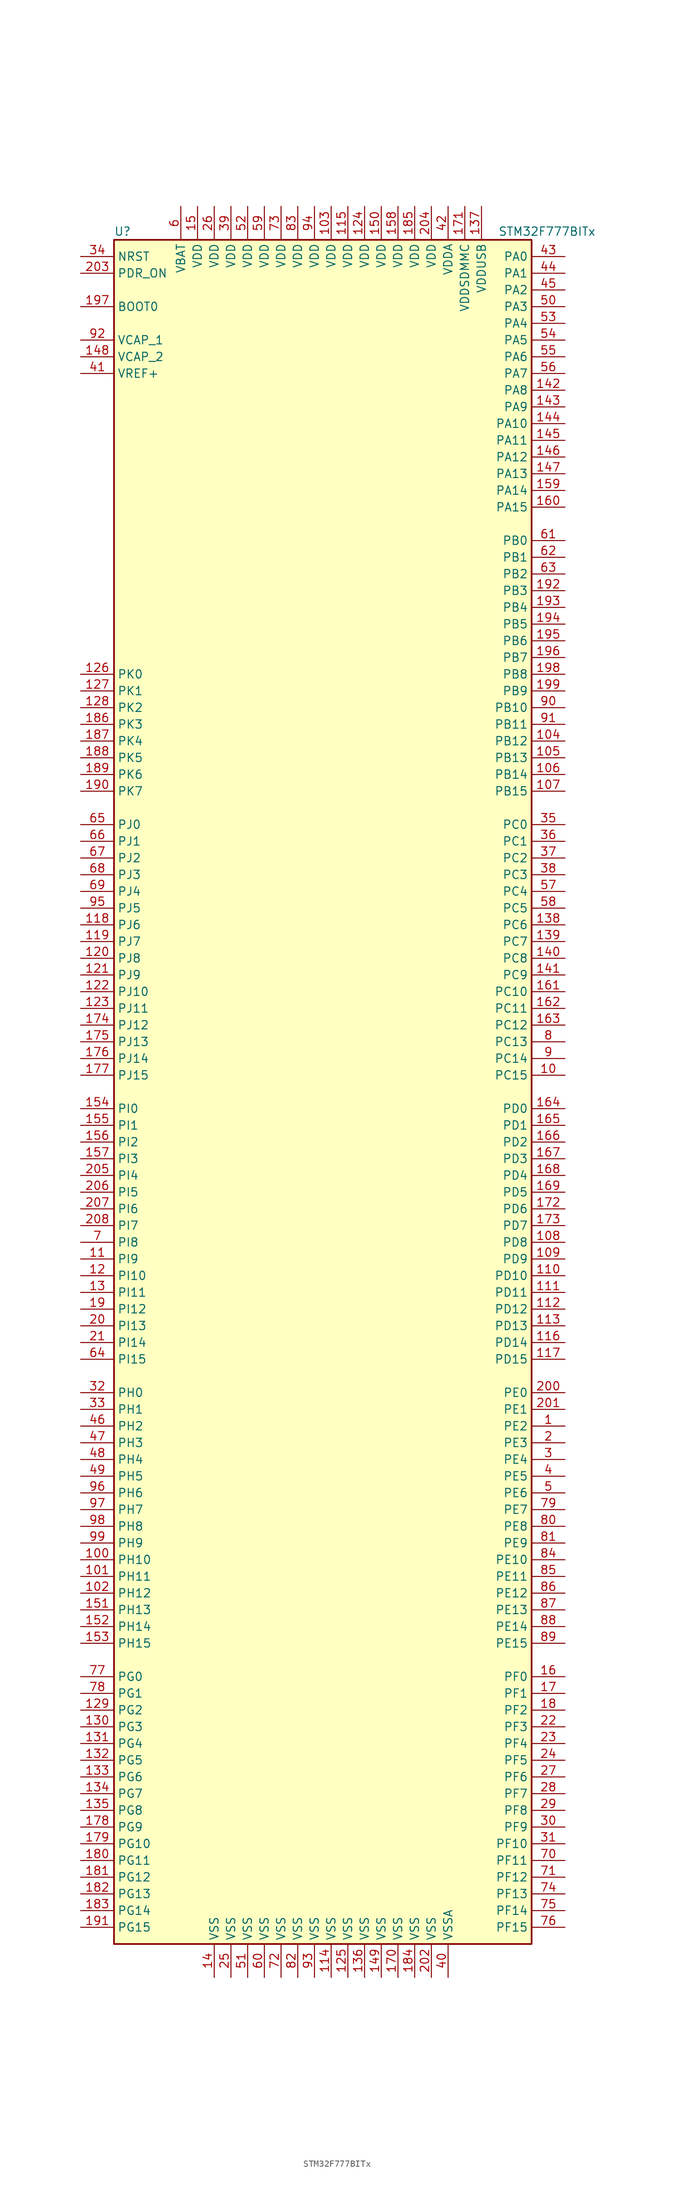
<source format=kicad_sym>
(kicad_symbol_lib
  (version 20201005)
  (generator kicad_symbol_editor)
  (symbol "STM32F777BITx"
    (property "Reference" "U"
      (at -33.02 130.81 0)
      (effects (font (size 1.27 1.27)) (justify left)))
    (property "Value" "STM32F777BITx"
      (at 25.4 130.81 0)
      (effects (font (size 1.27 1.27)) (justify left)))
    (symbol "STM32F777BITx_0_1"
      (rectangle (start -33.02 -129.54) (end 30.48 129.54) (stroke (width 0.254)) (fill (type background))))
    (symbol "STM32F777BITx_1_1"
      (pin bidirectional line (at 35.56 -50.8 180) (length 5.08) (name "PE2" (effects (font (size 1.27 1.27)))) (number "1" (effects (font (size 1.27 1.27)))))
      (pin bidirectional line (at 35.56 2.54 180) (length 5.08) (name "PC15" (effects (font (size 1.27 1.27)))) (number "10" (effects (font (size 1.27 1.27)))))
      (pin bidirectional line (at -38.1 -71.12 0) (length 5.08) (name "PH10" (effects (font (size 1.27 1.27)))) (number "100" (effects (font (size 1.27 1.27)))))
      (pin bidirectional line (at -38.1 -73.66 0) (length 5.08) (name "PH11" (effects (font (size 1.27 1.27)))) (number "101" (effects (font (size 1.27 1.27)))))
      (pin bidirectional line (at -38.1 -76.2 0) (length 5.08) (name "PH12" (effects (font (size 1.27 1.27)))) (number "102" (effects (font (size 1.27 1.27)))))
      (pin power_in line (at 0 134.62 270) (length 5.08) (name "VDD" (effects (font (size 1.27 1.27)))) (number "103" (effects (font (size 1.27 1.27)))))
      (pin bidirectional line (at 35.56 53.34 180) (length 5.08) (name "PB12" (effects (font (size 1.27 1.27)))) (number "104" (effects (font (size 1.27 1.27)))))
      (pin bidirectional line (at 35.56 50.8 180) (length 5.08) (name "PB13" (effects (font (size 1.27 1.27)))) (number "105" (effects (font (size 1.27 1.27)))))
      (pin bidirectional line (at 35.56 48.26 180) (length 5.08) (name "PB14" (effects (font (size 1.27 1.27)))) (number "106" (effects (font (size 1.27 1.27)))))
      (pin bidirectional line (at 35.56 45.72 180) (length 5.08) (name "PB15" (effects (font (size 1.27 1.27)))) (number "107" (effects (font (size 1.27 1.27)))))
      (pin bidirectional line (at 35.56 -22.86 180) (length 5.08) (name "PD8" (effects (font (size 1.27 1.27)))) (number "108" (effects (font (size 1.27 1.27)))))
      (pin bidirectional line (at 35.56 -25.4 180) (length 5.08) (name "PD9" (effects (font (size 1.27 1.27)))) (number "109" (effects (font (size 1.27 1.27)))))
      (pin bidirectional line (at -38.1 -25.4 0) (length 5.08) (name "PI9" (effects (font (size 1.27 1.27)))) (number "11" (effects (font (size 1.27 1.27)))))
      (pin bidirectional line (at 35.56 -27.94 180) (length 5.08) (name "PD10" (effects (font (size 1.27 1.27)))) (number "110" (effects (font (size 1.27 1.27)))))
      (pin bidirectional line (at 35.56 -30.48 180) (length 5.08) (name "PD11" (effects (font (size 1.27 1.27)))) (number "111" (effects (font (size 1.27 1.27)))))
      (pin bidirectional line (at 35.56 -33.02 180) (length 5.08) (name "PD12" (effects (font (size 1.27 1.27)))) (number "112" (effects (font (size 1.27 1.27)))))
      (pin bidirectional line (at 35.56 -35.56 180) (length 5.08) (name "PD13" (effects (font (size 1.27 1.27)))) (number "113" (effects (font (size 1.27 1.27)))))
      (pin power_in line (at 0 -134.62 90) (length 5.08) (name "VSS" (effects (font (size 1.27 1.27)))) (number "114" (effects (font (size 1.27 1.27)))))
      (pin power_in line (at 2.54 134.62 270) (length 5.08) (name "VDD" (effects (font (size 1.27 1.27)))) (number "115" (effects (font (size 1.27 1.27)))))
      (pin bidirectional line (at 35.56 -38.1 180) (length 5.08) (name "PD14" (effects (font (size 1.27 1.27)))) (number "116" (effects (font (size 1.27 1.27)))))
      (pin bidirectional line (at 35.56 -40.64 180) (length 5.08) (name "PD15" (effects (font (size 1.27 1.27)))) (number "117" (effects (font (size 1.27 1.27)))))
      (pin bidirectional line (at -38.1 25.4 0) (length 5.08) (name "PJ6" (effects (font (size 1.27 1.27)))) (number "118" (effects (font (size 1.27 1.27)))))
      (pin bidirectional line (at -38.1 22.86 0) (length 5.08) (name "PJ7" (effects (font (size 1.27 1.27)))) (number "119" (effects (font (size 1.27 1.27)))))
      (pin bidirectional line (at -38.1 -27.94 0) (length 5.08) (name "PI10" (effects (font (size 1.27 1.27)))) (number "12" (effects (font (size 1.27 1.27)))))
      (pin bidirectional line (at -38.1 20.32 0) (length 5.08) (name "PJ8" (effects (font (size 1.27 1.27)))) (number "120" (effects (font (size 1.27 1.27)))))
      (pin bidirectional line (at -38.1 17.78 0) (length 5.08) (name "PJ9" (effects (font (size 1.27 1.27)))) (number "121" (effects (font (size 1.27 1.27)))))
      (pin bidirectional line (at -38.1 15.24 0) (length 5.08) (name "PJ10" (effects (font (size 1.27 1.27)))) (number "122" (effects (font (size 1.27 1.27)))))
      (pin bidirectional line (at -38.1 12.7 0) (length 5.08) (name "PJ11" (effects (font (size 1.27 1.27)))) (number "123" (effects (font (size 1.27 1.27)))))
      (pin power_in line (at 5.08 134.62 270) (length 5.08) (name "VDD" (effects (font (size 1.27 1.27)))) (number "124" (effects (font (size 1.27 1.27)))))
      (pin power_in line (at 2.54 -134.62 90) (length 5.08) (name "VSS" (effects (font (size 1.27 1.27)))) (number "125" (effects (font (size 1.27 1.27)))))
      (pin bidirectional line (at -38.1 63.5 0) (length 5.08) (name "PK0" (effects (font (size 1.27 1.27)))) (number "126" (effects (font (size 1.27 1.27)))))
      (pin bidirectional line (at -38.1 60.96 0) (length 5.08) (name "PK1" (effects (font (size 1.27 1.27)))) (number "127" (effects (font (size 1.27 1.27)))))
      (pin bidirectional line (at -38.1 58.42 0) (length 5.08) (name "PK2" (effects (font (size 1.27 1.27)))) (number "128" (effects (font (size 1.27 1.27)))))
      (pin bidirectional line (at -38.1 -93.98 0) (length 5.08) (name "PG2" (effects (font (size 1.27 1.27)))) (number "129" (effects (font (size 1.27 1.27)))))
      (pin bidirectional line (at -38.1 -30.48 0) (length 5.08) (name "PI11" (effects (font (size 1.27 1.27)))) (number "13" (effects (font (size 1.27 1.27)))))
      (pin bidirectional line (at -38.1 -96.52 0) (length 5.08) (name "PG3" (effects (font (size 1.27 1.27)))) (number "130" (effects (font (size 1.27 1.27)))))
      (pin bidirectional line (at -38.1 -99.06 0) (length 5.08) (name "PG4" (effects (font (size 1.27 1.27)))) (number "131" (effects (font (size 1.27 1.27)))))
      (pin bidirectional line (at -38.1 -101.6 0) (length 5.08) (name "PG5" (effects (font (size 1.27 1.27)))) (number "132" (effects (font (size 1.27 1.27)))))
      (pin bidirectional line (at -38.1 -104.14 0) (length 5.08) (name "PG6" (effects (font (size 1.27 1.27)))) (number "133" (effects (font (size 1.27 1.27)))))
      (pin bidirectional line (at -38.1 -106.68 0) (length 5.08) (name "PG7" (effects (font (size 1.27 1.27)))) (number "134" (effects (font (size 1.27 1.27)))))
      (pin bidirectional line (at -38.1 -109.22 0) (length 5.08) (name "PG8" (effects (font (size 1.27 1.27)))) (number "135" (effects (font (size 1.27 1.27)))))
      (pin power_in line (at 5.08 -134.62 90) (length 5.08) (name "VSS" (effects (font (size 1.27 1.27)))) (number "136" (effects (font (size 1.27 1.27)))))
      (pin power_in line (at 22.86 134.62 270) (length 5.08) (name "VDDUSB" (effects (font (size 1.27 1.27)))) (number "137" (effects (font (size 1.27 1.27)))))
      (pin bidirectional line (at 35.56 25.4 180) (length 5.08) (name "PC6" (effects (font (size 1.27 1.27)))) (number "138" (effects (font (size 1.27 1.27)))))
      (pin bidirectional line (at 35.56 22.86 180) (length 5.08) (name "PC7" (effects (font (size 1.27 1.27)))) (number "139" (effects (font (size 1.27 1.27)))))
      (pin power_in line (at -17.78 -134.62 90) (length 5.08) (name "VSS" (effects (font (size 1.27 1.27)))) (number "14" (effects (font (size 1.27 1.27)))))
      (pin bidirectional line (at 35.56 20.32 180) (length 5.08) (name "PC8" (effects (font (size 1.27 1.27)))) (number "140" (effects (font (size 1.27 1.27)))))
      (pin bidirectional line (at 35.56 17.78 180) (length 5.08) (name "PC9" (effects (font (size 1.27 1.27)))) (number "141" (effects (font (size 1.27 1.27)))))
      (pin bidirectional line (at 35.56 106.68 180) (length 5.08) (name "PA8" (effects (font (size 1.27 1.27)))) (number "142" (effects (font (size 1.27 1.27)))))
      (pin bidirectional line (at 35.56 104.14 180) (length 5.08) (name "PA9" (effects (font (size 1.27 1.27)))) (number "143" (effects (font (size 1.27 1.27)))))
      (pin bidirectional line (at 35.56 101.6 180) (length 5.08) (name "PA10" (effects (font (size 1.27 1.27)))) (number "144" (effects (font (size 1.27 1.27)))))
      (pin bidirectional line (at 35.56 99.06 180) (length 5.08) (name "PA11" (effects (font (size 1.27 1.27)))) (number "145" (effects (font (size 1.27 1.27)))))
      (pin bidirectional line (at 35.56 96.52 180) (length 5.08) (name "PA12" (effects (font (size 1.27 1.27)))) (number "146" (effects (font (size 1.27 1.27)))))
      (pin bidirectional line (at 35.56 93.98 180) (length 5.08) (name "PA13" (effects (font (size 1.27 1.27)))) (number "147" (effects (font (size 1.27 1.27)))))
      (pin power_in line (at -38.1 111.76 0) (length 5.08) (name "VCAP_2" (effects (font (size 1.27 1.27)))) (number "148" (effects (font (size 1.27 1.27)))))
      (pin power_in line (at 7.62 -134.62 90) (length 5.08) (name "VSS" (effects (font (size 1.27 1.27)))) (number "149" (effects (font (size 1.27 1.27)))))
      (pin power_in line (at -20.32 134.62 270) (length 5.08) (name "VDD" (effects (font (size 1.27 1.27)))) (number "15" (effects (font (size 1.27 1.27)))))
      (pin power_in line (at 7.62 134.62 270) (length 5.08) (name "VDD" (effects (font (size 1.27 1.27)))) (number "150" (effects (font (size 1.27 1.27)))))
      (pin bidirectional line (at -38.1 -78.74 0) (length 5.08) (name "PH13" (effects (font (size 1.27 1.27)))) (number "151" (effects (font (size 1.27 1.27)))))
      (pin bidirectional line (at -38.1 -81.28 0) (length 5.08) (name "PH14" (effects (font (size 1.27 1.27)))) (number "152" (effects (font (size 1.27 1.27)))))
      (pin bidirectional line (at -38.1 -83.82 0) (length 5.08) (name "PH15" (effects (font (size 1.27 1.27)))) (number "153" (effects (font (size 1.27 1.27)))))
      (pin bidirectional line (at -38.1 -2.54 0) (length 5.08) (name "PI0" (effects (font (size 1.27 1.27)))) (number "154" (effects (font (size 1.27 1.27)))))
      (pin bidirectional line (at -38.1 -5.08 0) (length 5.08) (name "PI1" (effects (font (size 1.27 1.27)))) (number "155" (effects (font (size 1.27 1.27)))))
      (pin bidirectional line (at -38.1 -7.62 0) (length 5.08) (name "PI2" (effects (font (size 1.27 1.27)))) (number "156" (effects (font (size 1.27 1.27)))))
      (pin bidirectional line (at -38.1 -10.16 0) (length 5.08) (name "PI3" (effects (font (size 1.27 1.27)))) (number "157" (effects (font (size 1.27 1.27)))))
      (pin power_in line (at 10.16 134.62 270) (length 5.08) (name "VDD" (effects (font (size 1.27 1.27)))) (number "158" (effects (font (size 1.27 1.27)))))
      (pin bidirectional line (at 35.56 91.44 180) (length 5.08) (name "PA14" (effects (font (size 1.27 1.27)))) (number "159" (effects (font (size 1.27 1.27)))))
      (pin bidirectional line (at 35.56 -88.9 180) (length 5.08) (name "PF0" (effects (font (size 1.27 1.27)))) (number "16" (effects (font (size 1.27 1.27)))))
      (pin bidirectional line (at 35.56 88.9 180) (length 5.08) (name "PA15" (effects (font (size 1.27 1.27)))) (number "160" (effects (font (size 1.27 1.27)))))
      (pin bidirectional line (at 35.56 15.24 180) (length 5.08) (name "PC10" (effects (font (size 1.27 1.27)))) (number "161" (effects (font (size 1.27 1.27)))))
      (pin bidirectional line (at 35.56 12.7 180) (length 5.08) (name "PC11" (effects (font (size 1.27 1.27)))) (number "162" (effects (font (size 1.27 1.27)))))
      (pin bidirectional line (at 35.56 10.16 180) (length 5.08) (name "PC12" (effects (font (size 1.27 1.27)))) (number "163" (effects (font (size 1.27 1.27)))))
      (pin bidirectional line (at 35.56 -2.54 180) (length 5.08) (name "PD0" (effects (font (size 1.27 1.27)))) (number "164" (effects (font (size 1.27 1.27)))))
      (pin bidirectional line (at 35.56 -5.08 180) (length 5.08) (name "PD1" (effects (font (size 1.27 1.27)))) (number "165" (effects (font (size 1.27 1.27)))))
      (pin bidirectional line (at 35.56 -7.62 180) (length 5.08) (name "PD2" (effects (font (size 1.27 1.27)))) (number "166" (effects (font (size 1.27 1.27)))))
      (pin bidirectional line (at 35.56 -10.16 180) (length 5.08) (name "PD3" (effects (font (size 1.27 1.27)))) (number "167" (effects (font (size 1.27 1.27)))))
      (pin bidirectional line (at 35.56 -12.7 180) (length 5.08) (name "PD4" (effects (font (size 1.27 1.27)))) (number "168" (effects (font (size 1.27 1.27)))))
      (pin bidirectional line (at 35.56 -15.24 180) (length 5.08) (name "PD5" (effects (font (size 1.27 1.27)))) (number "169" (effects (font (size 1.27 1.27)))))
      (pin bidirectional line (at 35.56 -91.44 180) (length 5.08) (name "PF1" (effects (font (size 1.27 1.27)))) (number "17" (effects (font (size 1.27 1.27)))))
      (pin power_in line (at 10.16 -134.62 90) (length 5.08) (name "VSS" (effects (font (size 1.27 1.27)))) (number "170" (effects (font (size 1.27 1.27)))))
      (pin power_in line (at 20.32 134.62 270) (length 5.08) (name "VDDSDMMC" (effects (font (size 1.27 1.27)))) (number "171" (effects (font (size 1.27 1.27)))))
      (pin bidirectional line (at 35.56 -17.78 180) (length 5.08) (name "PD6" (effects (font (size 1.27 1.27)))) (number "172" (effects (font (size 1.27 1.27)))))
      (pin bidirectional line (at 35.56 -20.32 180) (length 5.08) (name "PD7" (effects (font (size 1.27 1.27)))) (number "173" (effects (font (size 1.27 1.27)))))
      (pin bidirectional line (at -38.1 10.16 0) (length 5.08) (name "PJ12" (effects (font (size 1.27 1.27)))) (number "174" (effects (font (size 1.27 1.27)))))
      (pin bidirectional line (at -38.1 7.62 0) (length 5.08) (name "PJ13" (effects (font (size 1.27 1.27)))) (number "175" (effects (font (size 1.27 1.27)))))
      (pin bidirectional line (at -38.1 5.08 0) (length 5.08) (name "PJ14" (effects (font (size 1.27 1.27)))) (number "176" (effects (font (size 1.27 1.27)))))
      (pin bidirectional line (at -38.1 2.54 0) (length 5.08) (name "PJ15" (effects (font (size 1.27 1.27)))) (number "177" (effects (font (size 1.27 1.27)))))
      (pin bidirectional line (at -38.1 -111.76 0) (length 5.08) (name "PG9" (effects (font (size 1.27 1.27)))) (number "178" (effects (font (size 1.27 1.27)))))
      (pin bidirectional line (at -38.1 -114.3 0) (length 5.08) (name "PG10" (effects (font (size 1.27 1.27)))) (number "179" (effects (font (size 1.27 1.27)))))
      (pin bidirectional line (at 35.56 -93.98 180) (length 5.08) (name "PF2" (effects (font (size 1.27 1.27)))) (number "18" (effects (font (size 1.27 1.27)))))
      (pin bidirectional line (at -38.1 -116.84 0) (length 5.08) (name "PG11" (effects (font (size 1.27 1.27)))) (number "180" (effects (font (size 1.27 1.27)))))
      (pin bidirectional line (at -38.1 -119.38 0) (length 5.08) (name "PG12" (effects (font (size 1.27 1.27)))) (number "181" (effects (font (size 1.27 1.27)))))
      (pin bidirectional line (at -38.1 -121.92 0) (length 5.08) (name "PG13" (effects (font (size 1.27 1.27)))) (number "182" (effects (font (size 1.27 1.27)))))
      (pin bidirectional line (at -38.1 -124.46 0) (length 5.08) (name "PG14" (effects (font (size 1.27 1.27)))) (number "183" (effects (font (size 1.27 1.27)))))
      (pin power_in line (at 12.7 -134.62 90) (length 5.08) (name "VSS" (effects (font (size 1.27 1.27)))) (number "184" (effects (font (size 1.27 1.27)))))
      (pin power_in line (at 12.7 134.62 270) (length 5.08) (name "VDD" (effects (font (size 1.27 1.27)))) (number "185" (effects (font (size 1.27 1.27)))))
      (pin bidirectional line (at -38.1 55.88 0) (length 5.08) (name "PK3" (effects (font (size 1.27 1.27)))) (number "186" (effects (font (size 1.27 1.27)))))
      (pin bidirectional line (at -38.1 53.34 0) (length 5.08) (name "PK4" (effects (font (size 1.27 1.27)))) (number "187" (effects (font (size 1.27 1.27)))))
      (pin bidirectional line (at -38.1 50.8 0) (length 5.08) (name "PK5" (effects (font (size 1.27 1.27)))) (number "188" (effects (font (size 1.27 1.27)))))
      (pin bidirectional line (at -38.1 48.26 0) (length 5.08) (name "PK6" (effects (font (size 1.27 1.27)))) (number "189" (effects (font (size 1.27 1.27)))))
      (pin bidirectional line (at -38.1 -33.02 0) (length 5.08) (name "PI12" (effects (font (size 1.27 1.27)))) (number "19" (effects (font (size 1.27 1.27)))))
      (pin bidirectional line (at -38.1 45.72 0) (length 5.08) (name "PK7" (effects (font (size 1.27 1.27)))) (number "190" (effects (font (size 1.27 1.27)))))
      (pin bidirectional line (at -38.1 -127 0) (length 5.08) (name "PG15" (effects (font (size 1.27 1.27)))) (number "191" (effects (font (size 1.27 1.27)))))
      (pin bidirectional line (at 35.56 76.2 180) (length 5.08) (name "PB3" (effects (font (size 1.27 1.27)))) (number "192" (effects (font (size 1.27 1.27)))))
      (pin bidirectional line (at 35.56 73.66 180) (length 5.08) (name "PB4" (effects (font (size 1.27 1.27)))) (number "193" (effects (font (size 1.27 1.27)))))
      (pin bidirectional line (at 35.56 71.12 180) (length 5.08) (name "PB5" (effects (font (size 1.27 1.27)))) (number "194" (effects (font (size 1.27 1.27)))))
      (pin bidirectional line (at 35.56 68.58 180) (length 5.08) (name "PB6" (effects (font (size 1.27 1.27)))) (number "195" (effects (font (size 1.27 1.27)))))
      (pin bidirectional line (at 35.56 66.04 180) (length 5.08) (name "PB7" (effects (font (size 1.27 1.27)))) (number "196" (effects (font (size 1.27 1.27)))))
      (pin input line (at -38.1 119.38 0) (length 5.08) (name "BOOT0" (effects (font (size 1.27 1.27)))) (number "197" (effects (font (size 1.27 1.27)))))
      (pin bidirectional line (at 35.56 63.5 180) (length 5.08) (name "PB8" (effects (font (size 1.27 1.27)))) (number "198" (effects (font (size 1.27 1.27)))))
      (pin bidirectional line (at 35.56 60.96 180) (length 5.08) (name "PB9" (effects (font (size 1.27 1.27)))) (number "199" (effects (font (size 1.27 1.27)))))
      (pin bidirectional line (at 35.56 -53.34 180) (length 5.08) (name "PE3" (effects (font (size 1.27 1.27)))) (number "2" (effects (font (size 1.27 1.27)))))
      (pin bidirectional line (at -38.1 -35.56 0) (length 5.08) (name "PI13" (effects (font (size 1.27 1.27)))) (number "20" (effects (font (size 1.27 1.27)))))
      (pin bidirectional line (at 35.56 -45.72 180) (length 5.08) (name "PE0" (effects (font (size 1.27 1.27)))) (number "200" (effects (font (size 1.27 1.27)))))
      (pin bidirectional line (at 35.56 -48.26 180) (length 5.08) (name "PE1" (effects (font (size 1.27 1.27)))) (number "201" (effects (font (size 1.27 1.27)))))
      (pin power_in line (at 15.24 -134.62 90) (length 5.08) (name "VSS" (effects (font (size 1.27 1.27)))) (number "202" (effects (font (size 1.27 1.27)))))
      (pin input line (at -38.1 124.46 0) (length 5.08) (name "PDR_ON" (effects (font (size 1.27 1.27)))) (number "203" (effects (font (size 1.27 1.27)))))
      (pin power_in line (at 15.24 134.62 270) (length 5.08) (name "VDD" (effects (font (size 1.27 1.27)))) (number "204" (effects (font (size 1.27 1.27)))))
      (pin bidirectional line (at -38.1 -12.7 0) (length 5.08) (name "PI4" (effects (font (size 1.27 1.27)))) (number "205" (effects (font (size 1.27 1.27)))))
      (pin bidirectional line (at -38.1 -15.24 0) (length 5.08) (name "PI5" (effects (font (size 1.27 1.27)))) (number "206" (effects (font (size 1.27 1.27)))))
      (pin bidirectional line (at -38.1 -17.78 0) (length 5.08) (name "PI6" (effects (font (size 1.27 1.27)))) (number "207" (effects (font (size 1.27 1.27)))))
      (pin bidirectional line (at -38.1 -20.32 0) (length 5.08) (name "PI7" (effects (font (size 1.27 1.27)))) (number "208" (effects (font (size 1.27 1.27)))))
      (pin bidirectional line (at -38.1 -38.1 0) (length 5.08) (name "PI14" (effects (font (size 1.27 1.27)))) (number "21" (effects (font (size 1.27 1.27)))))
      (pin bidirectional line (at 35.56 -96.52 180) (length 5.08) (name "PF3" (effects (font (size 1.27 1.27)))) (number "22" (effects (font (size 1.27 1.27)))))
      (pin bidirectional line (at 35.56 -99.06 180) (length 5.08) (name "PF4" (effects (font (size 1.27 1.27)))) (number "23" (effects (font (size 1.27 1.27)))))
      (pin bidirectional line (at 35.56 -101.6 180) (length 5.08) (name "PF5" (effects (font (size 1.27 1.27)))) (number "24" (effects (font (size 1.27 1.27)))))
      (pin power_in line (at -15.24 -134.62 90) (length 5.08) (name "VSS" (effects (font (size 1.27 1.27)))) (number "25" (effects (font (size 1.27 1.27)))))
      (pin power_in line (at -17.78 134.62 270) (length 5.08) (name "VDD" (effects (font (size 1.27 1.27)))) (number "26" (effects (font (size 1.27 1.27)))))
      (pin bidirectional line (at 35.56 -104.14 180) (length 5.08) (name "PF6" (effects (font (size 1.27 1.27)))) (number "27" (effects (font (size 1.27 1.27)))))
      (pin bidirectional line (at 35.56 -106.68 180) (length 5.08) (name "PF7" (effects (font (size 1.27 1.27)))) (number "28" (effects (font (size 1.27 1.27)))))
      (pin bidirectional line (at 35.56 -109.22 180) (length 5.08) (name "PF8" (effects (font (size 1.27 1.27)))) (number "29" (effects (font (size 1.27 1.27)))))
      (pin bidirectional line (at 35.56 -55.88 180) (length 5.08) (name "PE4" (effects (font (size 1.27 1.27)))) (number "3" (effects (font (size 1.27 1.27)))))
      (pin bidirectional line (at 35.56 -111.76 180) (length 5.08) (name "PF9" (effects (font (size 1.27 1.27)))) (number "30" (effects (font (size 1.27 1.27)))))
      (pin bidirectional line (at 35.56 -114.3 180) (length 5.08) (name "PF10" (effects (font (size 1.27 1.27)))) (number "31" (effects (font (size 1.27 1.27)))))
      (pin input line (at -38.1 -45.72 0) (length 5.08) (name "PH0" (effects (font (size 1.27 1.27)))) (number "32" (effects (font (size 1.27 1.27)))))
      (pin input line (at -38.1 -48.26 0) (length 5.08) (name "PH1" (effects (font (size 1.27 1.27)))) (number "33" (effects (font (size 1.27 1.27)))))
      (pin input line (at -38.1 127 0) (length 5.08) (name "NRST" (effects (font (size 1.27 1.27)))) (number "34" (effects (font (size 1.27 1.27)))))
      (pin bidirectional line (at 35.56 40.64 180) (length 5.08) (name "PC0" (effects (font (size 1.27 1.27)))) (number "35" (effects (font (size 1.27 1.27)))))
      (pin bidirectional line (at 35.56 38.1 180) (length 5.08) (name "PC1" (effects (font (size 1.27 1.27)))) (number "36" (effects (font (size 1.27 1.27)))))
      (pin bidirectional line (at 35.56 35.56 180) (length 5.08) (name "PC2" (effects (font (size 1.27 1.27)))) (number "37" (effects (font (size 1.27 1.27)))))
      (pin bidirectional line (at 35.56 33.02 180) (length 5.08) (name "PC3" (effects (font (size 1.27 1.27)))) (number "38" (effects (font (size 1.27 1.27)))))
      (pin power_in line (at -15.24 134.62 270) (length 5.08) (name "VDD" (effects (font (size 1.27 1.27)))) (number "39" (effects (font (size 1.27 1.27)))))
      (pin bidirectional line (at 35.56 -58.42 180) (length 5.08) (name "PE5" (effects (font (size 1.27 1.27)))) (number "4" (effects (font (size 1.27 1.27)))))
      (pin power_in line (at 17.78 -134.62 90) (length 5.08) (name "VSSA" (effects (font (size 1.27 1.27)))) (number "40" (effects (font (size 1.27 1.27)))))
      (pin power_in line (at -38.1 109.22 0) (length 5.08) (name "VREF+" (effects (font (size 1.27 1.27)))) (number "41" (effects (font (size 1.27 1.27)))))
      (pin power_in line (at 17.78 134.62 270) (length 5.08) (name "VDDA" (effects (font (size 1.27 1.27)))) (number "42" (effects (font (size 1.27 1.27)))))
      (pin bidirectional line (at 35.56 127 180) (length 5.08) (name "PA0" (effects (font (size 1.27 1.27)))) (number "43" (effects (font (size 1.27 1.27)))))
      (pin bidirectional line (at 35.56 124.46 180) (length 5.08) (name "PA1" (effects (font (size 1.27 1.27)))) (number "44" (effects (font (size 1.27 1.27)))))
      (pin bidirectional line (at 35.56 121.92 180) (length 5.08) (name "PA2" (effects (font (size 1.27 1.27)))) (number "45" (effects (font (size 1.27 1.27)))))
      (pin bidirectional line (at -38.1 -50.8 0) (length 5.08) (name "PH2" (effects (font (size 1.27 1.27)))) (number "46" (effects (font (size 1.27 1.27)))))
      (pin bidirectional line (at -38.1 -53.34 0) (length 5.08) (name "PH3" (effects (font (size 1.27 1.27)))) (number "47" (effects (font (size 1.27 1.27)))))
      (pin bidirectional line (at -38.1 -55.88 0) (length 5.08) (name "PH4" (effects (font (size 1.27 1.27)))) (number "48" (effects (font (size 1.27 1.27)))))
      (pin bidirectional line (at -38.1 -58.42 0) (length 5.08) (name "PH5" (effects (font (size 1.27 1.27)))) (number "49" (effects (font (size 1.27 1.27)))))
      (pin bidirectional line (at 35.56 -60.96 180) (length 5.08) (name "PE6" (effects (font (size 1.27 1.27)))) (number "5" (effects (font (size 1.27 1.27)))))
      (pin bidirectional line (at 35.56 119.38 180) (length 5.08) (name "PA3" (effects (font (size 1.27 1.27)))) (number "50" (effects (font (size 1.27 1.27)))))
      (pin power_in line (at -12.7 -134.62 90) (length 5.08) (name "VSS" (effects (font (size 1.27 1.27)))) (number "51" (effects (font (size 1.27 1.27)))))
      (pin power_in line (at -12.7 134.62 270) (length 5.08) (name "VDD" (effects (font (size 1.27 1.27)))) (number "52" (effects (font (size 1.27 1.27)))))
      (pin bidirectional line (at 35.56 116.84 180) (length 5.08) (name "PA4" (effects (font (size 1.27 1.27)))) (number "53" (effects (font (size 1.27 1.27)))))
      (pin bidirectional line (at 35.56 114.3 180) (length 5.08) (name "PA5" (effects (font (size 1.27 1.27)))) (number "54" (effects (font (size 1.27 1.27)))))
      (pin bidirectional line (at 35.56 111.76 180) (length 5.08) (name "PA6" (effects (font (size 1.27 1.27)))) (number "55" (effects (font (size 1.27 1.27)))))
      (pin bidirectional line (at 35.56 109.22 180) (length 5.08) (name "PA7" (effects (font (size 1.27 1.27)))) (number "56" (effects (font (size 1.27 1.27)))))
      (pin bidirectional line (at 35.56 30.48 180) (length 5.08) (name "PC4" (effects (font (size 1.27 1.27)))) (number "57" (effects (font (size 1.27 1.27)))))
      (pin bidirectional line (at 35.56 27.94 180) (length 5.08) (name "PC5" (effects (font (size 1.27 1.27)))) (number "58" (effects (font (size 1.27 1.27)))))
      (pin power_in line (at -10.16 134.62 270) (length 5.08) (name "VDD" (effects (font (size 1.27 1.27)))) (number "59" (effects (font (size 1.27 1.27)))))
      (pin power_in line (at -22.86 134.62 270) (length 5.08) (name "VBAT" (effects (font (size 1.27 1.27)))) (number "6" (effects (font (size 1.27 1.27)))))
      (pin power_in line (at -10.16 -134.62 90) (length 5.08) (name "VSS" (effects (font (size 1.27 1.27)))) (number "60" (effects (font (size 1.27 1.27)))))
      (pin bidirectional line (at 35.56 83.82 180) (length 5.08) (name "PB0" (effects (font (size 1.27 1.27)))) (number "61" (effects (font (size 1.27 1.27)))))
      (pin bidirectional line (at 35.56 81.28 180) (length 5.08) (name "PB1" (effects (font (size 1.27 1.27)))) (number "62" (effects (font (size 1.27 1.27)))))
      (pin bidirectional line (at 35.56 78.74 180) (length 5.08) (name "PB2" (effects (font (size 1.27 1.27)))) (number "63" (effects (font (size 1.27 1.27)))))
      (pin bidirectional line (at -38.1 -40.64 0) (length 5.08) (name "PI15" (effects (font (size 1.27 1.27)))) (number "64" (effects (font (size 1.27 1.27)))))
      (pin bidirectional line (at -38.1 40.64 0) (length 5.08) (name "PJ0" (effects (font (size 1.27 1.27)))) (number "65" (effects (font (size 1.27 1.27)))))
      (pin bidirectional line (at -38.1 38.1 0) (length 5.08) (name "PJ1" (effects (font (size 1.27 1.27)))) (number "66" (effects (font (size 1.27 1.27)))))
      (pin bidirectional line (at -38.1 35.56 0) (length 5.08) (name "PJ2" (effects (font (size 1.27 1.27)))) (number "67" (effects (font (size 1.27 1.27)))))
      (pin bidirectional line (at -38.1 33.02 0) (length 5.08) (name "PJ3" (effects (font (size 1.27 1.27)))) (number "68" (effects (font (size 1.27 1.27)))))
      (pin bidirectional line (at -38.1 30.48 0) (length 5.08) (name "PJ4" (effects (font (size 1.27 1.27)))) (number "69" (effects (font (size 1.27 1.27)))))
      (pin bidirectional line (at -38.1 -22.86 0) (length 5.08) (name "PI8" (effects (font (size 1.27 1.27)))) (number "7" (effects (font (size 1.27 1.27)))))
      (pin bidirectional line (at 35.56 -116.84 180) (length 5.08) (name "PF11" (effects (font (size 1.27 1.27)))) (number "70" (effects (font (size 1.27 1.27)))))
      (pin bidirectional line (at 35.56 -119.38 180) (length 5.08) (name "PF12" (effects (font (size 1.27 1.27)))) (number "71" (effects (font (size 1.27 1.27)))))
      (pin power_in line (at -7.62 -134.62 90) (length 5.08) (name "VSS" (effects (font (size 1.27 1.27)))) (number "72" (effects (font (size 1.27 1.27)))))
      (pin power_in line (at -7.62 134.62 270) (length 5.08) (name "VDD" (effects (font (size 1.27 1.27)))) (number "73" (effects (font (size 1.27 1.27)))))
      (pin bidirectional line (at 35.56 -121.92 180) (length 5.08) (name "PF13" (effects (font (size 1.27 1.27)))) (number "74" (effects (font (size 1.27 1.27)))))
      (pin bidirectional line (at 35.56 -124.46 180) (length 5.08) (name "PF14" (effects (font (size 1.27 1.27)))) (number "75" (effects (font (size 1.27 1.27)))))
      (pin bidirectional line (at 35.56 -127 180) (length 5.08) (name "PF15" (effects (font (size 1.27 1.27)))) (number "76" (effects (font (size 1.27 1.27)))))
      (pin bidirectional line (at -38.1 -88.9 0) (length 5.08) (name "PG0" (effects (font (size 1.27 1.27)))) (number "77" (effects (font (size 1.27 1.27)))))
      (pin bidirectional line (at -38.1 -91.44 0) (length 5.08) (name "PG1" (effects (font (size 1.27 1.27)))) (number "78" (effects (font (size 1.27 1.27)))))
      (pin bidirectional line (at 35.56 -63.5 180) (length 5.08) (name "PE7" (effects (font (size 1.27 1.27)))) (number "79" (effects (font (size 1.27 1.27)))))
      (pin bidirectional line (at 35.56 7.62 180) (length 5.08) (name "PC13" (effects (font (size 1.27 1.27)))) (number "8" (effects (font (size 1.27 1.27)))))
      (pin bidirectional line (at 35.56 -66.04 180) (length 5.08) (name "PE8" (effects (font (size 1.27 1.27)))) (number "80" (effects (font (size 1.27 1.27)))))
      (pin bidirectional line (at 35.56 -68.58 180) (length 5.08) (name "PE9" (effects (font (size 1.27 1.27)))) (number "81" (effects (font (size 1.27 1.27)))))
      (pin power_in line (at -5.08 -134.62 90) (length 5.08) (name "VSS" (effects (font (size 1.27 1.27)))) (number "82" (effects (font (size 1.27 1.27)))))
      (pin power_in line (at -5.08 134.62 270) (length 5.08) (name "VDD" (effects (font (size 1.27 1.27)))) (number "83" (effects (font (size 1.27 1.27)))))
      (pin bidirectional line (at 35.56 -71.12 180) (length 5.08) (name "PE10" (effects (font (size 1.27 1.27)))) (number "84" (effects (font (size 1.27 1.27)))))
      (pin bidirectional line (at 35.56 -73.66 180) (length 5.08) (name "PE11" (effects (font (size 1.27 1.27)))) (number "85" (effects (font (size 1.27 1.27)))))
      (pin bidirectional line (at 35.56 -76.2 180) (length 5.08) (name "PE12" (effects (font (size 1.27 1.27)))) (number "86" (effects (font (size 1.27 1.27)))))
      (pin bidirectional line (at 35.56 -78.74 180) (length 5.08) (name "PE13" (effects (font (size 1.27 1.27)))) (number "87" (effects (font (size 1.27 1.27)))))
      (pin bidirectional line (at 35.56 -81.28 180) (length 5.08) (name "PE14" (effects (font (size 1.27 1.27)))) (number "88" (effects (font (size 1.27 1.27)))))
      (pin bidirectional line (at 35.56 -83.82 180) (length 5.08) (name "PE15" (effects (font (size 1.27 1.27)))) (number "89" (effects (font (size 1.27 1.27)))))
      (pin bidirectional line (at 35.56 5.08 180) (length 5.08) (name "PC14" (effects (font (size 1.27 1.27)))) (number "9" (effects (font (size 1.27 1.27)))))
      (pin bidirectional line (at 35.56 58.42 180) (length 5.08) (name "PB10" (effects (font (size 1.27 1.27)))) (number "90" (effects (font (size 1.27 1.27)))))
      (pin bidirectional line (at 35.56 55.88 180) (length 5.08) (name "PB11" (effects (font (size 1.27 1.27)))) (number "91" (effects (font (size 1.27 1.27)))))
      (pin power_in line (at -38.1 114.3 0) (length 5.08) (name "VCAP_1" (effects (font (size 1.27 1.27)))) (number "92" (effects (font (size 1.27 1.27)))))
      (pin power_in line (at -2.54 -134.62 90) (length 5.08) (name "VSS" (effects (font (size 1.27 1.27)))) (number "93" (effects (font (size 1.27 1.27)))))
      (pin power_in line (at -2.54 134.62 270) (length 5.08) (name "VDD" (effects (font (size 1.27 1.27)))) (number "94" (effects (font (size 1.27 1.27)))))
      (pin bidirectional line (at -38.1 27.94 0) (length 5.08) (name "PJ5" (effects (font (size 1.27 1.27)))) (number "95" (effects (font (size 1.27 1.27)))))
      (pin bidirectional line (at -38.1 -60.96 0) (length 5.08) (name "PH6" (effects (font (size 1.27 1.27)))) (number "96" (effects (font (size 1.27 1.27)))))
      (pin bidirectional line (at -38.1 -63.5 0) (length 5.08) (name "PH7" (effects (font (size 1.27 1.27)))) (number "97" (effects (font (size 1.27 1.27)))))
      (pin bidirectional line (at -38.1 -66.04 0) (length 5.08) (name "PH8" (effects (font (size 1.27 1.27)))) (number "98" (effects (font (size 1.27 1.27)))))
      (pin bidirectional line (at -38.1 -68.58 0) (length 5.08) (name "PH9" (effects (font (size 1.27 1.27)))) (number "99" (effects (font (size 1.27 1.27))))))))
</source>
